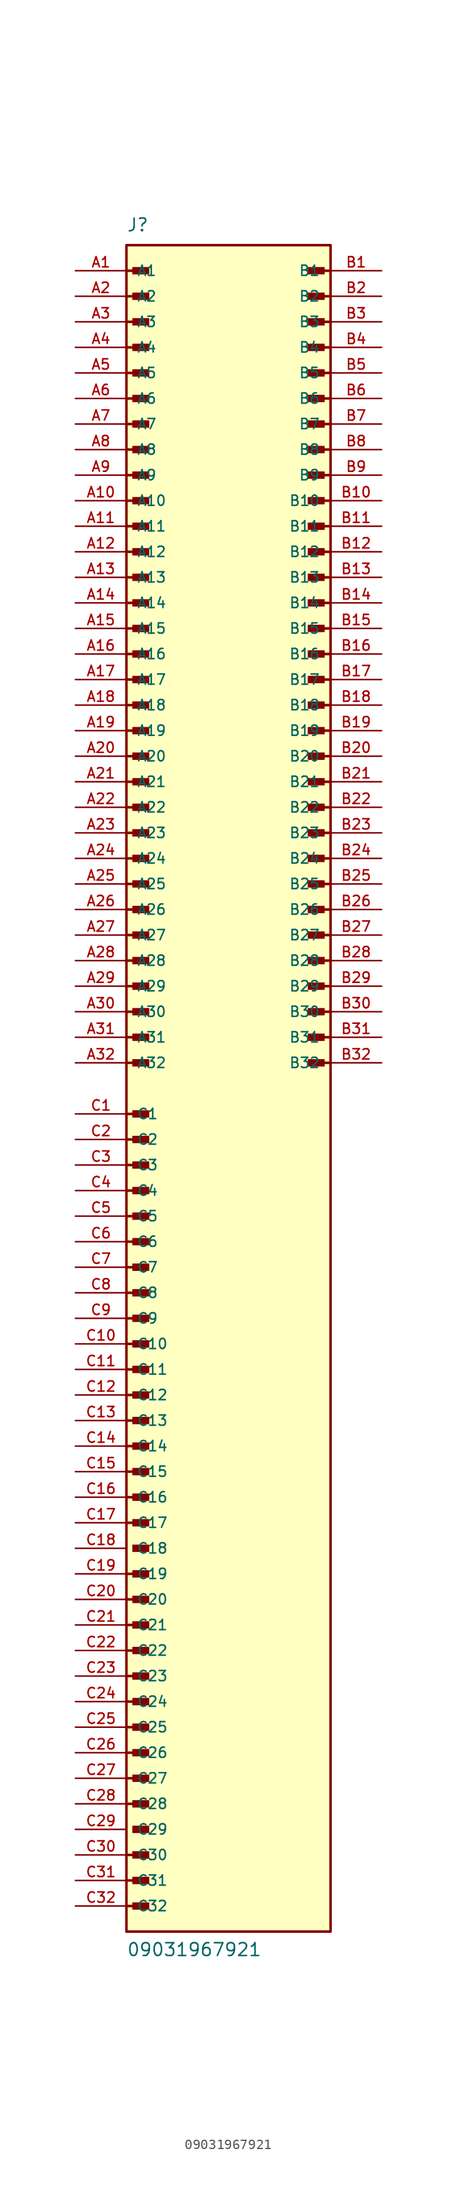
<source format=kicad_sym>
(kicad_symbol_lib
  (version 20220914)
  (generator kicad_symbol_editor)
  (symbol "09031967921"
    (pin_names
      (offset 1.016))
    (property "Reference" "J"
      (at -10.16 85.09 0)
      (effects (font (size 1.27 1.27)) (justify left bottom)))
    (property "Value" "09031967921"
      (at -10.16 -86.36 0)
      (effects (font (size 1.27 1.27)) (justify left bottom)))
    (symbol "09031967921_0_0"
      (rectangle (start -10.16 -83.82) (end 10.16 83.82) (stroke (width 0.254) (type default)) (fill (type background)))
      (rectangle (start -9.525 -81.597) (end -7.938 -80.963) (stroke (width 0.1) (type default)) (fill (type outline)))
      (rectangle (start -9.525 -79.058) (end -7.938 -78.422) (stroke (width 0.1) (type default)) (fill (type outline)))
      (rectangle (start -9.525 -76.517) (end -7.938 -75.882) (stroke (width 0.1) (type default)) (fill (type outline)))
      (rectangle (start -9.525 -73.978) (end -7.938 -73.343) (stroke (width 0.1) (type default)) (fill (type outline)))
      (rectangle (start -9.525 -71.438) (end -7.938 -70.802) (stroke (width 0.1) (type default)) (fill (type outline)))
      (rectangle (start -9.525 -68.897) (end -7.938 -68.263) (stroke (width 0.1) (type default)) (fill (type outline)))
      (rectangle (start -9.525 -66.358) (end -7.938 -65.722) (stroke (width 0.1) (type default)) (fill (type outline)))
      (rectangle (start -9.525 -63.818) (end -7.938 -63.182) (stroke (width 0.1) (type default)) (fill (type outline)))
      (rectangle (start -9.525 -61.278) (end -7.938 -60.642) (stroke (width 0.1) (type default)) (fill (type outline)))
      (rectangle (start -9.525 -58.737) (end -7.938 -58.102) (stroke (width 0.1) (type default)) (fill (type outline)))
      (rectangle (start -9.525 -56.197) (end -7.938 -55.562) (stroke (width 0.1) (type default)) (fill (type outline)))
      (rectangle (start -9.525 -53.657) (end -7.938 -53.023) (stroke (width 0.1) (type default)) (fill (type outline)))
      (rectangle (start -9.525 -51.117) (end -7.938 -50.483) (stroke (width 0.1) (type default)) (fill (type outline)))
      (rectangle (start -9.525 -48.578) (end -7.938 -47.943) (stroke (width 0.1) (type default)) (fill (type outline)))
      (rectangle (start -9.525 -46.038) (end -7.938 -45.403) (stroke (width 0.1) (type default)) (fill (type outline)))
      (rectangle (start -9.525 -43.498) (end -7.938 -42.862) (stroke (width 0.1) (type default)) (fill (type outline)))
      (rectangle (start -9.525 -40.958) (end -7.938 -40.322) (stroke (width 0.1) (type default)) (fill (type outline)))
      (rectangle (start -9.525 -38.417) (end -7.938 -37.782) (stroke (width 0.1) (type default)) (fill (type outline)))
      (rectangle (start -9.525 -35.877) (end -7.938 -35.242) (stroke (width 0.1) (type default)) (fill (type outline)))
      (rectangle (start -9.525 -33.337) (end -7.938 -32.703) (stroke (width 0.1) (type default)) (fill (type outline)))
      (rectangle (start -9.525 -30.797) (end -7.938 -30.163) (stroke (width 0.1) (type default)) (fill (type outline)))
      (rectangle (start -9.525 -28.258) (end -7.938 -27.622) (stroke (width 0.1) (type default)) (fill (type outline)))
      (rectangle (start -9.525 -25.718) (end -7.938 -25.082) (stroke (width 0.1) (type default)) (fill (type outline)))
      (rectangle (start -9.525 -23.177) (end -7.938 -22.543) (stroke (width 0.1) (type default)) (fill (type outline)))
      (rectangle (start -9.525 -20.637) (end -7.938 -20.003) (stroke (width 0.1) (type default)) (fill (type outline)))
      (rectangle (start -9.525 -18.098) (end -7.938 -17.462) (stroke (width 0.1) (type default)) (fill (type outline)))
      (rectangle (start -9.525 -15.557) (end -7.938 -14.922) (stroke (width 0.1) (type default)) (fill (type outline)))
      (rectangle (start -9.525 -13.018) (end -7.938 -12.383) (stroke (width 0.1) (type default)) (fill (type outline)))
      (rectangle (start -9.525 -10.477) (end -7.938 -9.842) (stroke (width 0.1) (type default)) (fill (type outline)))
      (rectangle (start -9.525 -7.938) (end -7.938 -7.303) (stroke (width 0.1) (type default)) (fill (type outline)))
      (rectangle (start -9.525 -5.397) (end -7.938 -4.763) (stroke (width 0.1) (type default)) (fill (type outline)))
      (rectangle (start -9.525 -2.857) (end -7.938 -2.223) (stroke (width 0.1) (type default)) (fill (type outline)))
      (rectangle (start -9.525 2.223) (end -7.938 2.857) (stroke (width 0.1) (type default)) (fill (type outline)))
      (rectangle (start -9.525 4.763) (end -7.938 5.397) (stroke (width 0.1) (type default)) (fill (type outline)))
      (rectangle (start -9.525 7.303) (end -7.938 7.938) (stroke (width 0.1) (type default)) (fill (type outline)))
      (rectangle (start -9.525 9.842) (end -7.938 10.477) (stroke (width 0.1) (type default)) (fill (type outline)))
      (rectangle (start -9.525 12.383) (end -7.938 13.018) (stroke (width 0.1) (type default)) (fill (type outline)))
      (rectangle (start -9.525 14.922) (end -7.938 15.557) (stroke (width 0.1) (type default)) (fill (type outline)))
      (rectangle (start -9.525 17.462) (end -7.938 18.098) (stroke (width 0.1) (type default)) (fill (type outline)))
      (rectangle (start -9.525 20.003) (end -7.938 20.637) (stroke (width 0.1) (type default)) (fill (type outline)))
      (rectangle (start -9.525 22.543) (end -7.938 23.177) (stroke (width 0.1) (type default)) (fill (type outline)))
      (rectangle (start -9.525 25.082) (end -7.938 25.718) (stroke (width 0.1) (type default)) (fill (type outline)))
      (rectangle (start -9.525 27.622) (end -7.938 28.258) (stroke (width 0.1) (type default)) (fill (type outline)))
      (rectangle (start -9.525 30.163) (end -7.938 30.797) (stroke (width 0.1) (type default)) (fill (type outline)))
      (rectangle (start -9.525 32.703) (end -7.938 33.337) (stroke (width 0.1) (type default)) (fill (type outline)))
      (rectangle (start -9.525 35.242) (end -7.938 35.877) (stroke (width 0.1) (type default)) (fill (type outline)))
      (rectangle (start -9.525 37.782) (end -7.938 38.417) (stroke (width 0.1) (type default)) (fill (type outline)))
      (rectangle (start -9.525 40.322) (end -7.938 40.958) (stroke (width 0.1) (type default)) (fill (type outline)))
      (rectangle (start -9.525 42.862) (end -7.938 43.498) (stroke (width 0.1) (type default)) (fill (type outline)))
      (rectangle (start -9.525 45.403) (end -7.938 46.038) (stroke (width 0.1) (type default)) (fill (type outline)))
      (rectangle (start -9.525 47.943) (end -7.938 48.578) (stroke (width 0.1) (type default)) (fill (type outline)))
      (rectangle (start -9.525 50.483) (end -7.938 51.117) (stroke (width 0.1) (type default)) (fill (type outline)))
      (rectangle (start -9.525 53.023) (end -7.938 53.657) (stroke (width 0.1) (type default)) (fill (type outline)))
      (rectangle (start -9.525 55.562) (end -7.938 56.197) (stroke (width 0.1) (type default)) (fill (type outline)))
      (rectangle (start -9.525 58.102) (end -7.938 58.737) (stroke (width 0.1) (type default)) (fill (type outline)))
      (rectangle (start -9.525 60.642) (end -7.938 61.278) (stroke (width 0.1) (type default)) (fill (type outline)))
      (rectangle (start -9.525 63.182) (end -7.938 63.818) (stroke (width 0.1) (type default)) (fill (type outline)))
      (rectangle (start -9.525 65.722) (end -7.938 66.358) (stroke (width 0.1) (type default)) (fill (type outline)))
      (rectangle (start -9.525 68.263) (end -7.938 68.897) (stroke (width 0.1) (type default)) (fill (type outline)))
      (rectangle (start -9.525 70.802) (end -7.938 71.438) (stroke (width 0.1) (type default)) (fill (type outline)))
      (rectangle (start -9.525 73.343) (end -7.938 73.978) (stroke (width 0.1) (type default)) (fill (type outline)))
      (rectangle (start -9.525 75.882) (end -7.938 76.517) (stroke (width 0.1) (type default)) (fill (type outline)))
      (rectangle (start -9.525 78.422) (end -7.938 79.058) (stroke (width 0.1) (type default)) (fill (type outline)))
      (rectangle (start -9.525 80.963) (end -7.938 81.597) (stroke (width 0.1) (type default)) (fill (type outline)))
      (polyline (pts (xy -10.16 -81.28) (xy -8.255 -81.28)) (stroke (width 0.254) (type default)) (fill (type none)))
      (polyline (pts (xy -10.16 -78.74) (xy -8.255 -78.74)) (stroke (width 0.254) (type default)) (fill (type none)))
      (polyline (pts (xy -10.16 -76.2) (xy -8.255 -76.2)) (stroke (width 0.254) (type default)) (fill (type none)))
      (polyline (pts (xy -10.16 -71.12) (xy -8.255 -71.12)) (stroke (width 0.254) (type default)) (fill (type none)))
      (polyline (pts (xy -10.16 -68.58) (xy -8.255 -68.58)) (stroke (width 0.254) (type default)) (fill (type none)))
      (polyline (pts (xy -10.16 -66.04) (xy -8.255 -66.04)) (stroke (width 0.254) (type default)) (fill (type none)))
      (polyline (pts (xy -10.16 -63.5) (xy -8.255 -63.5)) (stroke (width 0.254) (type default)) (fill (type none)))
      (polyline (pts (xy -10.16 -60.96) (xy -8.255 -60.96)) (stroke (width 0.254) (type default)) (fill (type none)))
      (polyline (pts (xy -10.16 -58.42) (xy -8.255 -58.42)) (stroke (width 0.254) (type default)) (fill (type none)))
      (polyline (pts (xy -10.16 -55.88) (xy -8.255 -55.88)) (stroke (width 0.254) (type default)) (fill (type none)))
      (polyline (pts (xy -10.16 -53.34) (xy -8.255 -53.34)) (stroke (width 0.254) (type default)) (fill (type none)))
      (polyline (pts (xy -10.16 -50.8) (xy -8.255 -50.8)) (stroke (width 0.254) (type default)) (fill (type none)))
      (polyline (pts (xy -10.16 -48.26) (xy -8.255 -48.26)) (stroke (width 0.254) (type default)) (fill (type none)))
      (polyline (pts (xy -10.16 -43.18) (xy -8.255 -43.18)) (stroke (width 0.254) (type default)) (fill (type none)))
      (polyline (pts (xy -10.16 -40.64) (xy -8.255 -40.64)) (stroke (width 0.254) (type default)) (fill (type none)))
      (polyline (pts (xy -10.16 -38.1) (xy -8.255 -38.1)) (stroke (width 0.254) (type default)) (fill (type none)))
      (polyline (pts (xy -10.16 -35.56) (xy -8.255 -35.56)) (stroke (width 0.254) (type default)) (fill (type none)))
      (polyline (pts (xy -10.16 -33.02) (xy -8.255 -33.02)) (stroke (width 0.254) (type default)) (fill (type none)))
      (polyline (pts (xy -10.16 -30.48) (xy -8.255 -30.48)) (stroke (width 0.254) (type default)) (fill (type none)))
      (polyline (pts (xy -10.16 -27.94) (xy -8.255 -27.94)) (stroke (width 0.254) (type default)) (fill (type none)))
      (polyline (pts (xy -10.16 -25.4) (xy -8.255 -25.4)) (stroke (width 0.254) (type default)) (fill (type none)))
      (polyline (pts (xy -10.16 -22.86) (xy -8.255 -22.86)) (stroke (width 0.254) (type default)) (fill (type none)))
      (polyline (pts (xy -10.16 -20.32) (xy -8.255 -20.32)) (stroke (width 0.254) (type default)) (fill (type none)))
      (polyline (pts (xy -10.16 -17.78) (xy -8.255 -17.78)) (stroke (width 0.254) (type default)) (fill (type none)))
      (polyline (pts (xy -10.16 -15.24) (xy -8.255 -15.24)) (stroke (width 0.254) (type default)) (fill (type none)))
      (polyline (pts (xy -10.16 -12.7) (xy -8.255 -12.7)) (stroke (width 0.254) (type default)) (fill (type none)))
      (polyline (pts (xy -10.16 -10.16) (xy -8.255 -10.16)) (stroke (width 0.254) (type default)) (fill (type none)))
      (polyline (pts (xy -10.16 -7.62) (xy -8.255 -7.62)) (stroke (width 0.254) (type default)) (fill (type none)))
      (polyline (pts (xy -10.16 -5.08) (xy -8.255 -5.08)) (stroke (width 0.254) (type default)) (fill (type none)))
      (polyline (pts (xy -10.16 -2.54) (xy -8.255 -2.54)) (stroke (width 0.254) (type default)) (fill (type none)))
      (polyline (pts (xy -10.16 2.54) (xy -8.255 2.54)) (stroke (width 0.254) (type default)) (fill (type none)))
      (polyline (pts (xy -10.16 5.08) (xy -8.255 5.08)) (stroke (width 0.254) (type default)) (fill (type none)))
      (polyline (pts (xy -10.16 7.62) (xy -8.255 7.62)) (stroke (width 0.254) (type default)) (fill (type none)))
      (polyline (pts (xy -10.16 10.16) (xy -8.255 10.16)) (stroke (width 0.254) (type default)) (fill (type none)))
      (polyline (pts (xy -10.16 12.7) (xy -8.255 12.7)) (stroke (width 0.254) (type default)) (fill (type none)))
      (polyline (pts (xy -10.16 15.24) (xy -8.255 15.24)) (stroke (width 0.254) (type default)) (fill (type none)))
      (polyline (pts (xy -10.16 17.78) (xy -8.255 17.78)) (stroke (width 0.254) (type default)) (fill (type none)))
      (polyline (pts (xy -10.16 20.32) (xy -8.255 20.32)) (stroke (width 0.254) (type default)) (fill (type none)))
      (polyline (pts (xy -10.16 22.86) (xy -8.255 22.86)) (stroke (width 0.254) (type default)) (fill (type none)))
      (polyline (pts (xy -10.16 25.4) (xy -8.255 25.4)) (stroke (width 0.254) (type default)) (fill (type none)))
      (polyline (pts (xy -10.16 27.94) (xy -8.255 27.94)) (stroke (width 0.254) (type default)) (fill (type none)))
      (polyline (pts (xy -10.16 30.48) (xy -8.255 30.48)) (stroke (width 0.254) (type default)) (fill (type none)))
      (polyline (pts (xy -10.16 33.02) (xy -8.255 33.02)) (stroke (width 0.254) (type default)) (fill (type none)))
      (polyline (pts (xy -10.16 35.56) (xy -8.255 35.56)) (stroke (width 0.254) (type default)) (fill (type none)))
      (polyline (pts (xy -10.16 38.1) (xy -8.255 38.1)) (stroke (width 0.254) (type default)) (fill (type none)))
      (polyline (pts (xy -10.16 40.64) (xy -8.255 40.64)) (stroke (width 0.254) (type default)) (fill (type none)))
      (polyline (pts (xy -10.16 43.18) (xy -8.255 43.18)) (stroke (width 0.254) (type default)) (fill (type none)))
      (polyline (pts (xy -10.16 45.72) (xy -8.255 45.72)) (stroke (width 0.254) (type default)) (fill (type none)))
      (polyline (pts (xy -10.16 48.26) (xy -8.255 48.26)) (stroke (width 0.254) (type default)) (fill (type none)))
      (polyline (pts (xy -10.16 50.8) (xy -8.255 50.8)) (stroke (width 0.254) (type default)) (fill (type none)))
      (polyline (pts (xy -10.16 53.34) (xy -8.255 53.34)) (stroke (width 0.254) (type default)) (fill (type none)))
      (polyline (pts (xy -10.16 55.88) (xy -8.255 55.88)) (stroke (width 0.254) (type default)) (fill (type none)))
      (polyline (pts (xy -10.16 58.42) (xy -8.255 58.42)) (stroke (width 0.254) (type default)) (fill (type none)))
      (polyline (pts (xy -10.16 60.96) (xy -8.255 60.96)) (stroke (width 0.254) (type default)) (fill (type none)))
      (polyline (pts (xy -10.16 63.5) (xy -8.255 63.5)) (stroke (width 0.254) (type default)) (fill (type none)))
      (polyline (pts (xy -10.16 66.04) (xy -8.255 66.04)) (stroke (width 0.254) (type default)) (fill (type none)))
      (polyline (pts (xy -10.16 68.58) (xy -8.255 68.58)) (stroke (width 0.254) (type default)) (fill (type none)))
      (polyline (pts (xy -10.16 71.12) (xy -8.255 71.12)) (stroke (width 0.254) (type default)) (fill (type none)))
      (polyline (pts (xy -10.16 73.66) (xy -8.255 73.66)) (stroke (width 0.254) (type default)) (fill (type none)))
      (polyline (pts (xy -10.16 76.2) (xy -8.255 76.2)) (stroke (width 0.254) (type default)) (fill (type none)))
      (polyline (pts (xy -10.16 78.74) (xy -8.255 78.74)) (stroke (width 0.254) (type default)) (fill (type none)))
      (polyline (pts (xy -10.16 81.28) (xy -8.255 81.28)) (stroke (width 0.254) (type default)) (fill (type none)))
      (polyline (pts (xy 10.16 2.54) (xy 8.255 2.54)) (stroke (width 0.254) (type default)) (fill (type none)))
      (polyline (pts (xy 10.16 5.08) (xy 8.255 5.08)) (stroke (width 0.254) (type default)) (fill (type none)))
      (polyline (pts (xy 10.16 7.62) (xy 8.255 7.62)) (stroke (width 0.254) (type default)) (fill (type none)))
      (polyline (pts (xy 10.16 10.16) (xy 8.255 10.16)) (stroke (width 0.254) (type default)) (fill (type none)))
      (polyline (pts (xy 10.16 12.7) (xy 8.255 12.7)) (stroke (width 0.254) (type default)) (fill (type none)))
      (polyline (pts (xy 10.16 15.24) (xy 8.255 15.24)) (stroke (width 0.254) (type default)) (fill (type none)))
      (polyline (pts (xy 10.16 17.78) (xy 8.255 17.78)) (stroke (width 0.254) (type default)) (fill (type none)))
      (polyline (pts (xy 10.16 20.32) (xy 8.255 20.32)) (stroke (width 0.254) (type default)) (fill (type none)))
      (polyline (pts (xy 10.16 22.86) (xy 8.255 22.86)) (stroke (width 0.254) (type default)) (fill (type none)))
      (polyline (pts (xy 10.16 25.4) (xy 8.255 25.4)) (stroke (width 0.254) (type default)) (fill (type none)))
      (polyline (pts (xy 10.16 27.94) (xy 8.255 27.94)) (stroke (width 0.254) (type default)) (fill (type none)))
      (polyline (pts (xy 10.16 30.48) (xy 8.255 30.48)) (stroke (width 0.254) (type default)) (fill (type none)))
      (polyline (pts (xy 10.16 33.02) (xy 8.255 33.02)) (stroke (width 0.254) (type default)) (fill (type none)))
      (polyline (pts (xy 10.16 35.56) (xy 8.255 35.56)) (stroke (width 0.254) (type default)) (fill (type none)))
      (polyline (pts (xy 10.16 38.1) (xy 8.255 38.1)) (stroke (width 0.254) (type default)) (fill (type none)))
      (polyline (pts (xy 10.16 40.64) (xy 8.255 40.64)) (stroke (width 0.254) (type default)) (fill (type none)))
      (polyline (pts (xy 10.16 43.18) (xy 8.255 43.18)) (stroke (width 0.254) (type default)) (fill (type none)))
      (polyline (pts (xy 10.16 45.72) (xy 8.255 45.72)) (stroke (width 0.254) (type default)) (fill (type none)))
      (polyline (pts (xy 10.16 48.26) (xy 8.255 48.26)) (stroke (width 0.254) (type default)) (fill (type none)))
      (polyline (pts (xy 10.16 50.8) (xy 8.255 50.8)) (stroke (width 0.254) (type default)) (fill (type none)))
      (polyline (pts (xy 10.16 53.34) (xy 8.255 53.34)) (stroke (width 0.254) (type default)) (fill (type none)))
      (polyline (pts (xy 10.16 55.88) (xy 8.255 55.88)) (stroke (width 0.254) (type default)) (fill (type none)))
      (polyline (pts (xy 10.16 58.42) (xy 8.255 58.42)) (stroke (width 0.254) (type default)) (fill (type none)))
      (polyline (pts (xy 10.16 60.96) (xy 8.255 60.96)) (stroke (width 0.254) (type default)) (fill (type none)))
      (polyline (pts (xy 10.16 63.5) (xy 8.255 63.5)) (stroke (width 0.254) (type default)) (fill (type none)))
      (polyline (pts (xy 10.16 66.04) (xy 8.255 66.04)) (stroke (width 0.254) (type default)) (fill (type none)))
      (polyline (pts (xy 10.16 68.58) (xy 8.255 68.58)) (stroke (width 0.254) (type default)) (fill (type none)))
      (polyline (pts (xy 10.16 71.12) (xy 8.255 71.12)) (stroke (width 0.254) (type default)) (fill (type none)))
      (polyline (pts (xy 10.16 73.66) (xy 8.255 73.66)) (stroke (width 0.254) (type default)) (fill (type none)))
      (polyline (pts (xy 10.16 76.2) (xy 8.255 76.2)) (stroke (width 0.254) (type default)) (fill (type none)))
      (polyline (pts (xy 10.16 78.74) (xy 8.255 78.74)) (stroke (width 0.254) (type default)) (fill (type none)))
      (polyline (pts (xy 10.16 81.28) (xy 8.255 81.28)) (stroke (width 0.254) (type default)) (fill (type none)))
      (rectangle (start 7.938 2.223) (end 9.525 2.857) (stroke (width 0.1) (type default)) (fill (type outline)))
      (rectangle (start 7.938 4.763) (end 9.525 5.397) (stroke (width 0.1) (type default)) (fill (type outline)))
      (rectangle (start 7.938 7.303) (end 9.525 7.938) (stroke (width 0.1) (type default)) (fill (type outline)))
      (rectangle (start 7.938 9.842) (end 9.525 10.477) (stroke (width 0.1) (type default)) (fill (type outline)))
      (rectangle (start 7.938 12.383) (end 9.525 13.018) (stroke (width 0.1) (type default)) (fill (type outline)))
      (rectangle (start 7.938 14.922) (end 9.525 15.557) (stroke (width 0.1) (type default)) (fill (type outline)))
      (rectangle (start 7.938 17.462) (end 9.525 18.098) (stroke (width 0.1) (type default)) (fill (type outline)))
      (rectangle (start 7.938 20.003) (end 9.525 20.637) (stroke (width 0.1) (type default)) (fill (type outline)))
      (rectangle (start 7.938 22.543) (end 9.525 23.177) (stroke (width 0.1) (type default)) (fill (type outline)))
      (rectangle (start 7.938 25.082) (end 9.525 25.718) (stroke (width 0.1) (type default)) (fill (type outline)))
      (rectangle (start 7.938 27.622) (end 9.525 28.258) (stroke (width 0.1) (type default)) (fill (type outline)))
      (rectangle (start 7.938 30.163) (end 9.525 30.797) (stroke (width 0.1) (type default)) (fill (type outline)))
      (rectangle (start 7.938 32.703) (end 9.525 33.337) (stroke (width 0.1) (type default)) (fill (type outline)))
      (rectangle (start 7.938 35.242) (end 9.525 35.877) (stroke (width 0.1) (type default)) (fill (type outline)))
      (rectangle (start 7.938 37.782) (end 9.525 38.417) (stroke (width 0.1) (type default)) (fill (type outline)))
      (rectangle (start 7.938 40.322) (end 9.525 40.958) (stroke (width 0.1) (type default)) (fill (type outline)))
      (rectangle (start 7.938 42.862) (end 9.525 43.498) (stroke (width 0.1) (type default)) (fill (type outline)))
      (rectangle (start 7.938 45.403) (end 9.525 46.038) (stroke (width 0.1) (type default)) (fill (type outline)))
      (rectangle (start 7.938 47.943) (end 9.525 48.578) (stroke (width 0.1) (type default)) (fill (type outline)))
      (rectangle (start 7.938 50.483) (end 9.525 51.117) (stroke (width 0.1) (type default)) (fill (type outline)))
      (rectangle (start 7.938 53.023) (end 9.525 53.657) (stroke (width 0.1) (type default)) (fill (type outline)))
      (rectangle (start 7.938 55.562) (end 9.525 56.197) (stroke (width 0.1) (type default)) (fill (type outline)))
      (rectangle (start 7.938 58.102) (end 9.525 58.737) (stroke (width 0.1) (type default)) (fill (type outline)))
      (rectangle (start 7.938 60.642) (end 9.525 61.278) (stroke (width 0.1) (type default)) (fill (type outline)))
      (rectangle (start 7.938 63.182) (end 9.525 63.818) (stroke (width 0.1) (type default)) (fill (type outline)))
      (rectangle (start 7.938 65.722) (end 9.525 66.358) (stroke (width 0.1) (type default)) (fill (type outline)))
      (rectangle (start 7.938 68.263) (end 9.525 68.897) (stroke (width 0.1) (type default)) (fill (type outline)))
      (rectangle (start 7.938 70.802) (end 9.525 71.438) (stroke (width 0.1) (type default)) (fill (type outline)))
      (rectangle (start 7.938 73.343) (end 9.525 73.978) (stroke (width 0.1) (type default)) (fill (type outline)))
      (rectangle (start 7.938 75.882) (end 9.525 76.517) (stroke (width 0.1) (type default)) (fill (type outline)))
      (rectangle (start 7.938 78.422) (end 9.525 79.058) (stroke (width 0.1) (type default)) (fill (type outline)))
      (rectangle (start 7.938 80.963) (end 9.525 81.597) (stroke (width 0.1) (type default)) (fill (type outline)))
      (pin passive line (at -15.24 81.28 0) (length 5.08) (name "A1" (effects (font (size 1.016 1.016)))) (number "A1" (effects (font (size 1.016 1.016)))))
      (pin passive line (at -15.24 58.42 0) (length 5.08) (name "A10" (effects (font (size 1.016 1.016)))) (number "A10" (effects (font (size 1.016 1.016)))))
      (pin passive line (at -15.24 55.88 0) (length 5.08) (name "A11" (effects (font (size 1.016 1.016)))) (number "A11" (effects (font (size 1.016 1.016)))))
      (pin passive line (at -15.24 53.34 0) (length 5.08) (name "A12" (effects (font (size 1.016 1.016)))) (number "A12" (effects (font (size 1.016 1.016)))))
      (pin passive line (at -15.24 50.8 0) (length 5.08) (name "A13" (effects (font (size 1.016 1.016)))) (number "A13" (effects (font (size 1.016 1.016)))))
      (pin passive line (at -15.24 48.26 0) (length 5.08) (name "A14" (effects (font (size 1.016 1.016)))) (number "A14" (effects (font (size 1.016 1.016)))))
      (pin passive line (at -15.24 45.72 0) (length 5.08) (name "A15" (effects (font (size 1.016 1.016)))) (number "A15" (effects (font (size 1.016 1.016)))))
      (pin passive line (at -15.24 43.18 0) (length 5.08) (name "A16" (effects (font (size 1.016 1.016)))) (number "A16" (effects (font (size 1.016 1.016)))))
      (pin passive line (at -15.24 40.64 0) (length 5.08) (name "A17" (effects (font (size 1.016 1.016)))) (number "A17" (effects (font (size 1.016 1.016)))))
      (pin passive line (at -15.24 38.1 0) (length 5.08) (name "A18" (effects (font (size 1.016 1.016)))) (number "A18" (effects (font (size 1.016 1.016)))))
      (pin passive line (at -15.24 35.56 0) (length 5.08) (name "A19" (effects (font (size 1.016 1.016)))) (number "A19" (effects (font (size 1.016 1.016)))))
      (pin passive line (at -15.24 78.74 0) (length 5.08) (name "A2" (effects (font (size 1.016 1.016)))) (number "A2" (effects (font (size 1.016 1.016)))))
      (pin passive line (at -15.24 33.02 0) (length 5.08) (name "A20" (effects (font (size 1.016 1.016)))) (number "A20" (effects (font (size 1.016 1.016)))))
      (pin passive line (at -15.24 30.48 0) (length 5.08) (name "A21" (effects (font (size 1.016 1.016)))) (number "A21" (effects (font (size 1.016 1.016)))))
      (pin passive line (at -15.24 27.94 0) (length 5.08) (name "A22" (effects (font (size 1.016 1.016)))) (number "A22" (effects (font (size 1.016 1.016)))))
      (pin passive line (at -15.24 25.4 0) (length 5.08) (name "A23" (effects (font (size 1.016 1.016)))) (number "A23" (effects (font (size 1.016 1.016)))))
      (pin passive line (at -15.24 22.86 0) (length 5.08) (name "A24" (effects (font (size 1.016 1.016)))) (number "A24" (effects (font (size 1.016 1.016)))))
      (pin passive line (at -15.24 20.32 0) (length 5.08) (name "A25" (effects (font (size 1.016 1.016)))) (number "A25" (effects (font (size 1.016 1.016)))))
      (pin passive line (at -15.24 17.78 0) (length 5.08) (name "A26" (effects (font (size 1.016 1.016)))) (number "A26" (effects (font (size 1.016 1.016)))))
      (pin passive line (at -15.24 15.24 0) (length 5.08) (name "A27" (effects (font (size 1.016 1.016)))) (number "A27" (effects (font (size 1.016 1.016)))))
      (pin passive line (at -15.24 12.7 0) (length 5.08) (name "A28" (effects (font (size 1.016 1.016)))) (number "A28" (effects (font (size 1.016 1.016)))))
      (pin passive line (at -15.24 10.16 0) (length 5.08) (name "A29" (effects (font (size 1.016 1.016)))) (number "A29" (effects (font (size 1.016 1.016)))))
      (pin passive line (at -15.24 76.2 0) (length 5.08) (name "A3" (effects (font (size 1.016 1.016)))) (number "A3" (effects (font (size 1.016 1.016)))))
      (pin passive line (at -15.24 7.62 0) (length 5.08) (name "A30" (effects (font (size 1.016 1.016)))) (number "A30" (effects (font (size 1.016 1.016)))))
      (pin passive line (at -15.24 5.08 0) (length 5.08) (name "A31" (effects (font (size 1.016 1.016)))) (number "A31" (effects (font (size 1.016 1.016)))))
      (pin passive line (at -15.24 2.54 0) (length 5.08) (name "A32" (effects (font (size 1.016 1.016)))) (number "A32" (effects (font (size 1.016 1.016)))))
      (pin passive line (at -15.24 73.66 0) (length 5.08) (name "A4" (effects (font (size 1.016 1.016)))) (number "A4" (effects (font (size 1.016 1.016)))))
      (pin passive line (at -15.24 71.12 0) (length 5.08) (name "A5" (effects (font (size 1.016 1.016)))) (number "A5" (effects (font (size 1.016 1.016)))))
      (pin passive line (at -15.24 68.58 0) (length 5.08) (name "A6" (effects (font (size 1.016 1.016)))) (number "A6" (effects (font (size 1.016 1.016)))))
      (pin passive line (at -15.24 66.04 0) (length 5.08) (name "A7" (effects (font (size 1.016 1.016)))) (number "A7" (effects (font (size 1.016 1.016)))))
      (pin passive line (at -15.24 63.5 0) (length 5.08) (name "A8" (effects (font (size 1.016 1.016)))) (number "A8" (effects (font (size 1.016 1.016)))))
      (pin passive line (at -15.24 60.96 0) (length 5.08) (name "A9" (effects (font (size 1.016 1.016)))) (number "A9" (effects (font (size 1.016 1.016)))))
      (pin passive line (at 15.24 81.28 180) (length 5.08) (name "B1" (effects (font (size 1.016 1.016)))) (number "B1" (effects (font (size 1.016 1.016)))))
      (pin passive line (at 15.24 58.42 180) (length 5.08) (name "B10" (effects (font (size 1.016 1.016)))) (number "B10" (effects (font (size 1.016 1.016)))))
      (pin passive line (at 15.24 55.88 180) (length 5.08) (name "B11" (effects (font (size 1.016 1.016)))) (number "B11" (effects (font (size 1.016 1.016)))))
      (pin passive line (at 15.24 53.34 180) (length 5.08) (name "B12" (effects (font (size 1.016 1.016)))) (number "B12" (effects (font (size 1.016 1.016)))))
      (pin passive line (at 15.24 50.8 180) (length 5.08) (name "B13" (effects (font (size 1.016 1.016)))) (number "B13" (effects (font (size 1.016 1.016)))))
      (pin passive line (at 15.24 48.26 180) (length 5.08) (name "B14" (effects (font (size 1.016 1.016)))) (number "B14" (effects (font (size 1.016 1.016)))))
      (pin passive line (at 15.24 45.72 180) (length 5.08) (name "B15" (effects (font (size 1.016 1.016)))) (number "B15" (effects (font (size 1.016 1.016)))))
      (pin passive line (at 15.24 43.18 180) (length 5.08) (name "B16" (effects (font (size 1.016 1.016)))) (number "B16" (effects (font (size 1.016 1.016)))))
      (pin passive line (at 15.24 40.64 180) (length 5.08) (name "B17" (effects (font (size 1.016 1.016)))) (number "B17" (effects (font (size 1.016 1.016)))))
      (pin passive line (at 15.24 38.1 180) (length 5.08) (name "B18" (effects (font (size 1.016 1.016)))) (number "B18" (effects (font (size 1.016 1.016)))))
      (pin passive line (at 15.24 35.56 180) (length 5.08) (name "B19" (effects (font (size 1.016 1.016)))) (number "B19" (effects (font (size 1.016 1.016)))))
      (pin passive line (at 15.24 78.74 180) (length 5.08) (name "B2" (effects (font (size 1.016 1.016)))) (number "B2" (effects (font (size 1.016 1.016)))))
      (pin passive line (at 15.24 33.02 180) (length 5.08) (name "B20" (effects (font (size 1.016 1.016)))) (number "B20" (effects (font (size 1.016 1.016)))))
      (pin passive line (at 15.24 30.48 180) (length 5.08) (name "B21" (effects (font (size 1.016 1.016)))) (number "B21" (effects (font (size 1.016 1.016)))))
      (pin passive line (at 15.24 27.94 180) (length 5.08) (name "B22" (effects (font (size 1.016 1.016)))) (number "B22" (effects (font (size 1.016 1.016)))))
      (pin passive line (at 15.24 25.4 180) (length 5.08) (name "B23" (effects (font (size 1.016 1.016)))) (number "B23" (effects (font (size 1.016 1.016)))))
      (pin passive line (at 15.24 22.86 180) (length 5.08) (name "B24" (effects (font (size 1.016 1.016)))) (number "B24" (effects (font (size 1.016 1.016)))))
      (pin passive line (at 15.24 20.32 180) (length 5.08) (name "B25" (effects (font (size 1.016 1.016)))) (number "B25" (effects (font (size 1.016 1.016)))))
      (pin passive line (at 15.24 17.78 180) (length 5.08) (name "B26" (effects (font (size 1.016 1.016)))) (number "B26" (effects (font (size 1.016 1.016)))))
      (pin passive line (at 15.24 15.24 180) (length 5.08) (name "B27" (effects (font (size 1.016 1.016)))) (number "B27" (effects (font (size 1.016 1.016)))))
      (pin passive line (at 15.24 12.7 180) (length 5.08) (name "B28" (effects (font (size 1.016 1.016)))) (number "B28" (effects (font (size 1.016 1.016)))))
      (pin passive line (at 15.24 10.16 180) (length 5.08) (name "B29" (effects (font (size 1.016 1.016)))) (number "B29" (effects (font (size 1.016 1.016)))))
      (pin passive line (at 15.24 76.2 180) (length 5.08) (name "B3" (effects (font (size 1.016 1.016)))) (number "B3" (effects (font (size 1.016 1.016)))))
      (pin passive line (at 15.24 7.62 180) (length 5.08) (name "B30" (effects (font (size 1.016 1.016)))) (number "B30" (effects (font (size 1.016 1.016)))))
      (pin passive line (at 15.24 5.08 180) (length 5.08) (name "B31" (effects (font (size 1.016 1.016)))) (number "B31" (effects (font (size 1.016 1.016)))))
      (pin passive line (at 15.24 2.54 180) (length 5.08) (name "B32" (effects (font (size 1.016 1.016)))) (number "B32" (effects (font (size 1.016 1.016)))))
      (pin passive line (at 15.24 73.66 180) (length 5.08) (name "B4" (effects (font (size 1.016 1.016)))) (number "B4" (effects (font (size 1.016 1.016)))))
      (pin passive line (at 15.24 71.12 180) (length 5.08) (name "B5" (effects (font (size 1.016 1.016)))) (number "B5" (effects (font (size 1.016 1.016)))))
      (pin passive line (at 15.24 68.58 180) (length 5.08) (name "B6" (effects (font (size 1.016 1.016)))) (number "B6" (effects (font (size 1.016 1.016)))))
      (pin passive line (at 15.24 66.04 180) (length 5.08) (name "B7" (effects (font (size 1.016 1.016)))) (number "B7" (effects (font (size 1.016 1.016)))))
      (pin passive line (at 15.24 63.5 180) (length 5.08) (name "B8" (effects (font (size 1.016 1.016)))) (number "B8" (effects (font (size 1.016 1.016)))))
      (pin passive line (at 15.24 60.96 180) (length 5.08) (name "B9" (effects (font (size 1.016 1.016)))) (number "B9" (effects (font (size 1.016 1.016)))))
      (pin passive line (at -15.24 -2.54 0) (length 5.08) (name "C1" (effects (font (size 1.016 1.016)))) (number "C1" (effects (font (size 1.016 1.016)))))
      (pin passive line (at -15.24 -25.4 0) (length 5.08) (name "C10" (effects (font (size 1.016 1.016)))) (number "C10" (effects (font (size 1.016 1.016)))))
      (pin passive line (at -15.24 -27.94 0) (length 5.08) (name "C11" (effects (font (size 1.016 1.016)))) (number "C11" (effects (font (size 1.016 1.016)))))
      (pin passive line (at -15.24 -30.48 0) (length 5.08) (name "C12" (effects (font (size 1.016 1.016)))) (number "C12" (effects (font (size 1.016 1.016)))))
      (pin passive line (at -15.24 -33.02 0) (length 5.08) (name "C13" (effects (font (size 1.016 1.016)))) (number "C13" (effects (font (size 1.016 1.016)))))
      (pin passive line (at -15.24 -35.56 0) (length 5.08) (name "C14" (effects (font (size 1.016 1.016)))) (number "C14" (effects (font (size 1.016 1.016)))))
      (pin passive line (at -15.24 -38.1 0) (length 5.08) (name "C15" (effects (font (size 1.016 1.016)))) (number "C15" (effects (font (size 1.016 1.016)))))
      (pin passive line (at -15.24 -40.64 0) (length 5.08) (name "C16" (effects (font (size 1.016 1.016)))) (number "C16" (effects (font (size 1.016 1.016)))))
      (pin passive line (at -15.24 -43.18 0) (length 5.08) (name "C17" (effects (font (size 1.016 1.016)))) (number "C17" (effects (font (size 1.016 1.016)))))
      (pin passive line (at -15.24 -45.72 0) (length 5.08) (name "C18" (effects (font (size 1.016 1.016)))) (number "C18" (effects (font (size 1.016 1.016)))))
      (pin passive line (at -15.24 -48.26 0) (length 5.08) (name "C19" (effects (font (size 1.016 1.016)))) (number "C19" (effects (font (size 1.016 1.016)))))
      (pin passive line (at -15.24 -5.08 0) (length 5.08) (name "C2" (effects (font (size 1.016 1.016)))) (number "C2" (effects (font (size 1.016 1.016)))))
      (pin passive line (at -15.24 -50.8 0) (length 5.08) (name "C20" (effects (font (size 1.016 1.016)))) (number "C20" (effects (font (size 1.016 1.016)))))
      (pin passive line (at -15.24 -53.34 0) (length 5.08) (name "C21" (effects (font (size 1.016 1.016)))) (number "C21" (effects (font (size 1.016 1.016)))))
      (pin passive line (at -15.24 -55.88 0) (length 5.08) (name "C22" (effects (font (size 1.016 1.016)))) (number "C22" (effects (font (size 1.016 1.016)))))
      (pin passive line (at -15.24 -58.42 0) (length 5.08) (name "C23" (effects (font (size 1.016 1.016)))) (number "C23" (effects (font (size 1.016 1.016)))))
      (pin passive line (at -15.24 -60.96 0) (length 5.08) (name "C24" (effects (font (size 1.016 1.016)))) (number "C24" (effects (font (size 1.016 1.016)))))
      (pin passive line (at -15.24 -63.5 0) (length 5.08) (name "C25" (effects (font (size 1.016 1.016)))) (number "C25" (effects (font (size 1.016 1.016)))))
      (pin passive line (at -15.24 -66.04 0) (length 5.08) (name "C26" (effects (font (size 1.016 1.016)))) (number "C26" (effects (font (size 1.016 1.016)))))
      (pin passive line (at -15.24 -68.58 0) (length 5.08) (name "C27" (effects (font (size 1.016 1.016)))) (number "C27" (effects (font (size 1.016 1.016)))))
      (pin passive line (at -15.24 -71.12 0) (length 5.08) (name "C28" (effects (font (size 1.016 1.016)))) (number "C28" (effects (font (size 1.016 1.016)))))
      (pin passive line (at -15.24 -73.66 0) (length 5.08) (name "C29" (effects (font (size 1.016 1.016)))) (number "C29" (effects (font (size 1.016 1.016)))))
      (pin passive line (at -15.24 -7.62 0) (length 5.08) (name "C3" (effects (font (size 1.016 1.016)))) (number "C3" (effects (font (size 1.016 1.016)))))
      (pin passive line (at -15.24 -76.2 0) (length 5.08) (name "C30" (effects (font (size 1.016 1.016)))) (number "C30" (effects (font (size 1.016 1.016)))))
      (pin passive line (at -15.24 -78.74 0) (length 5.08) (name "C31" (effects (font (size 1.016 1.016)))) (number "C31" (effects (font (size 1.016 1.016)))))
      (pin passive line (at -15.24 -81.28 0) (length 5.08) (name "C32" (effects (font (size 1.016 1.016)))) (number "C32" (effects (font (size 1.016 1.016)))))
      (pin passive line (at -15.24 -10.16 0) (length 5.08) (name "C4" (effects (font (size 1.016 1.016)))) (number "C4" (effects (font (size 1.016 1.016)))))
      (pin passive line (at -15.24 -12.7 0) (length 5.08) (name "C5" (effects (font (size 1.016 1.016)))) (number "C5" (effects (font (size 1.016 1.016)))))
      (pin passive line (at -15.24 -15.24 0) (length 5.08) (name "C6" (effects (font (size 1.016 1.016)))) (number "C6" (effects (font (size 1.016 1.016)))))
      (pin passive line (at -15.24 -17.78 0) (length 5.08) (name "C7" (effects (font (size 1.016 1.016)))) (number "C7" (effects (font (size 1.016 1.016)))))
      (pin passive line (at -15.24 -20.32 0) (length 5.08) (name "C8" (effects (font (size 1.016 1.016)))) (number "C8" (effects (font (size 1.016 1.016)))))
      (pin passive line (at -15.24 -22.86 0) (length 5.08) (name "C9" (effects (font (size 1.016 1.016)))) (number "C9" (effects (font (size 1.016 1.016))))))))
</source>
